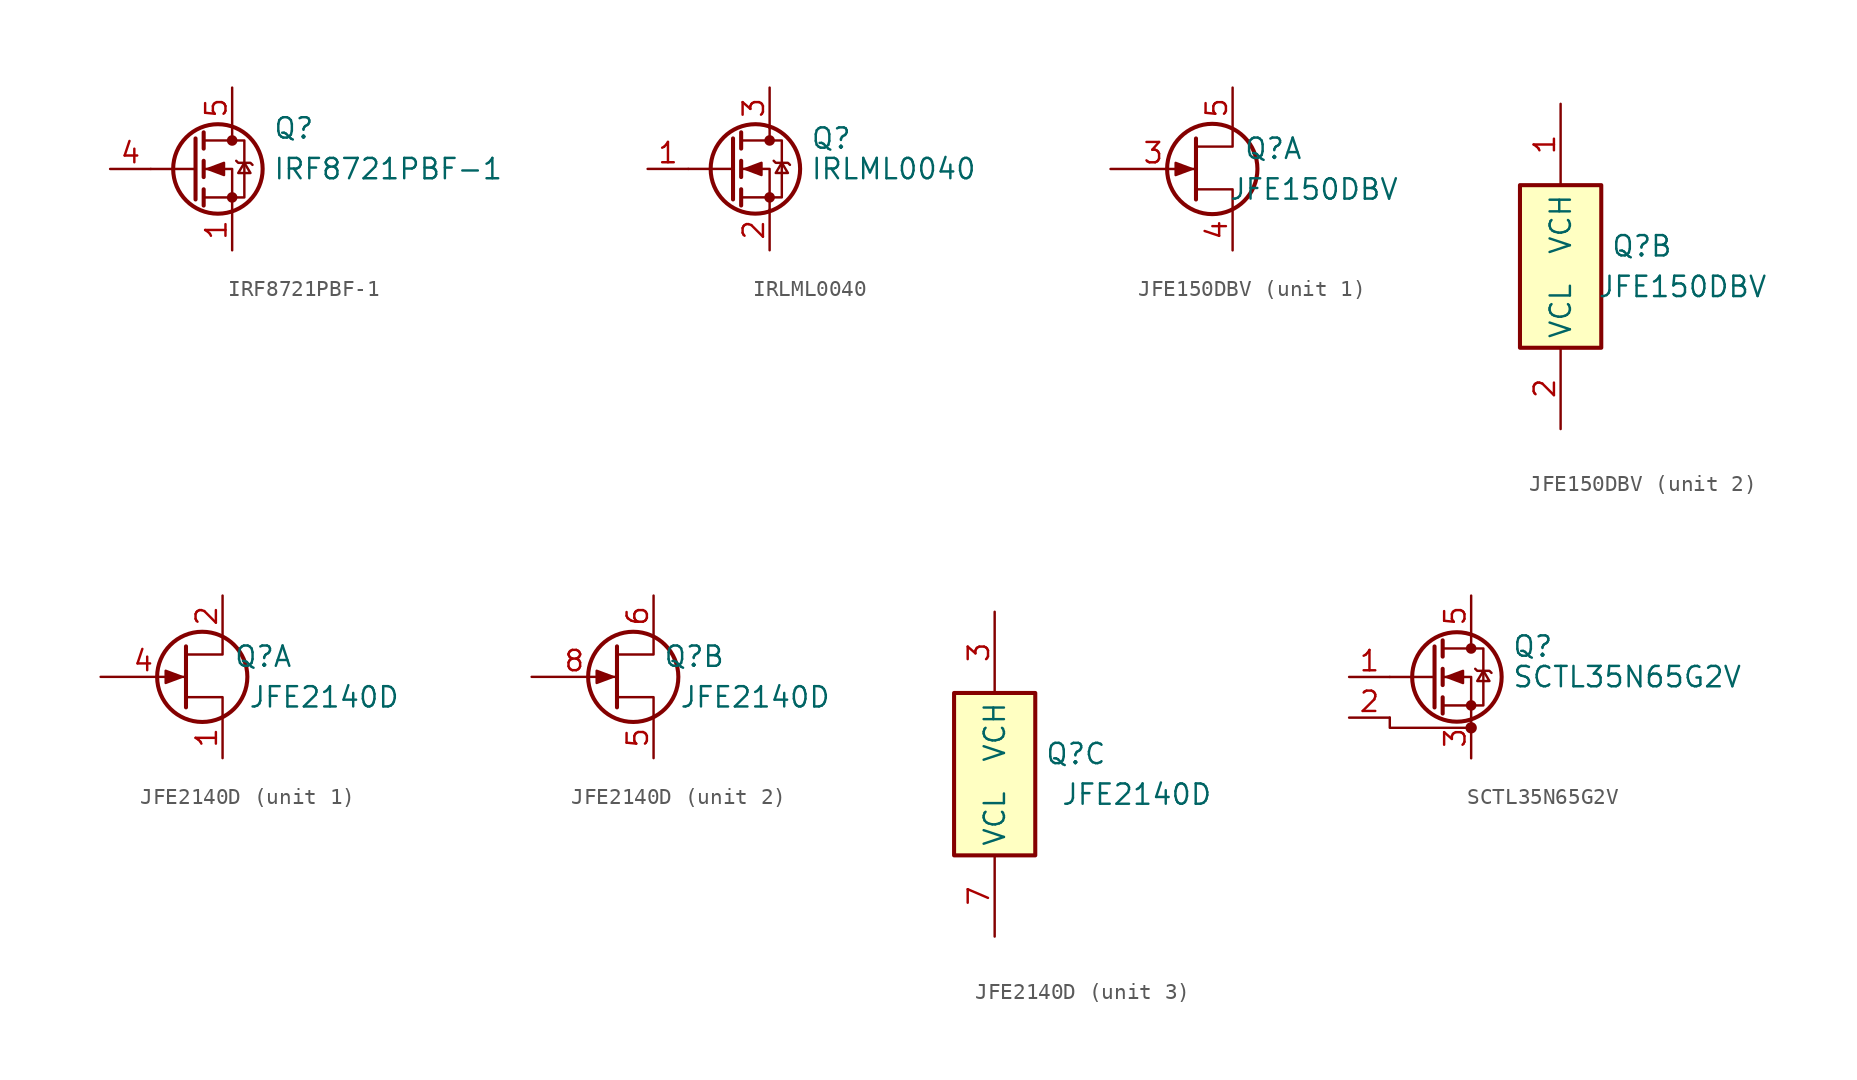
<source format=kicad_sym>
(kicad_symbol_lib
  (version 20231120)
  (generator "kicad_symbol_editor")
  (generator_version "8.0")
  (symbol "IRF8721PBF-1"
    (pin_names hide)
    (property "Reference" "Q"
      (at 5.08 2.54 0)
      (effects (font (size 1.27 1.27)) (justify left)))
    (property "Value" "IRF8721PBF-1"
      (at 5.08 0 0)
      (effects (font (size 1.27 1.27)) (justify left)))
    (symbol "IRF8721PBF-1_0_1"
      (polyline (pts (xy 0.254 0) (xy -2.54 0)) (stroke (width 0) (type default)) (fill (type none)))
      (polyline (pts (xy 0.254 1.905) (xy 0.254 -1.905)) (stroke (width 0.254) (type default)) (fill (type none)))
      (polyline (pts (xy 0.762 -1.27) (xy 0.762 -2.286)) (stroke (width 0.254) (type default)) (fill (type none)))
      (polyline (pts (xy 0.762 0.508) (xy 0.762 -0.508)) (stroke (width 0.254) (type default)) (fill (type none)))
      (polyline (pts (xy 0.762 2.286) (xy 0.762 1.27)) (stroke (width 0.254) (type default)) (fill (type none)))
      (polyline (pts (xy 2.54 2.54) (xy 2.54 1.778)) (stroke (width 0) (type default)) (fill (type none)))
      (polyline (pts (xy 2.54 -2.54) (xy 2.54 0) (xy 0.762 0)) (stroke (width 0) (type default)) (fill (type none)))
      (polyline (pts (xy 0.762 -1.778) (xy 3.302 -1.778) (xy 3.302 1.778) (xy 0.762 1.778)) (stroke (width 0) (type default)) (fill (type none)))
      (polyline (pts (xy 1.016 0) (xy 2.032 0.381) (xy 2.032 -0.381) (xy 1.016 0)) (stroke (width 0) (type default)) (fill (type outline)))
      (polyline (pts (xy 2.794 0.508) (xy 2.921 0.381) (xy 3.683 0.381) (xy 3.81 0.254)) (stroke (width 0) (type default)) (fill (type none)))
      (polyline (pts (xy 3.302 0.381) (xy 2.921 -0.254) (xy 3.683 -0.254) (xy 3.302 0.381)) (stroke (width 0) (type default)) (fill (type none)))
      (circle (center 1.651 0) (radius 2.794) (stroke (width 0.254) (type default)) (fill (type none)))
      (circle (center 2.54 -1.778) (radius 0.254) (stroke (width 0) (type default)) (fill (type outline)))
      (circle (center 2.54 1.778) (radius 0.254) (stroke (width 0) (type default)) (fill (type outline))))
    (symbol "IRF8721PBF-1_1_1"
      (pin passive line (at 2.54 -5.08 90) (length 2.54) (name "S" (effects (font (size 1.27 1.27)))) (number "1" (effects (font (size 1.27 1.27)))))
      (pin passive line (at 2.54 -5.08 90) (length 2.54) hide (name "S" (effects (font (size 1.27 1.27)))) (number "2" (effects (font (size 1.27 1.27)))))
      (pin passive line (at 2.54 -5.08 90) (length 2.54) hide (name "S" (effects (font (size 1.27 1.27)))) (number "3" (effects (font (size 1.27 1.27)))))
      (pin input line (at -5.08 0 0) (length 2.54) (name "G" (effects (font (size 1.27 1.27)))) (number "4" (effects (font (size 1.27 1.27)))))
      (pin passive line (at 2.54 5.08 270) (length 2.54) (name "D" (effects (font (size 1.27 1.27)))) (number "5" (effects (font (size 1.27 1.27)))))
      (pin passive line (at 2.54 5.08 270) (length 2.54) hide (name "D" (effects (font (size 1.27 1.27)))) (number "6" (effects (font (size 1.27 1.27)))))
      (pin passive line (at 2.54 5.08 270) (length 2.54) hide (name "D" (effects (font (size 1.27 1.27)))) (number "7" (effects (font (size 1.27 1.27)))))
      (pin passive line (at 2.54 5.08 270) (length 2.54) hide (name "D" (effects (font (size 1.27 1.27)))) (number "8" (effects (font (size 1.27 1.27)))))))
  (symbol "IRLML0040"
    (pin_names hide)
    (property "Reference" "Q"
      (at 5.08 1.905 0)
      (effects (font (size 1.27 1.27)) (justify left)))
    (property "Value" "IRLML0040"
      (at 5.08 0 0)
      (effects (font (size 1.27 1.27)) (justify left)))
    (symbol "IRLML0040_0_1"
      (polyline (pts (xy 0.254 0) (xy -2.54 0)) (stroke (width 0) (type default)) (fill (type none)))
      (polyline (pts (xy 0.254 1.905) (xy 0.254 -1.905)) (stroke (width 0.254) (type default)) (fill (type none)))
      (polyline (pts (xy 0.762 -1.27) (xy 0.762 -2.286)) (stroke (width 0.254) (type default)) (fill (type none)))
      (polyline (pts (xy 0.762 0.508) (xy 0.762 -0.508)) (stroke (width 0.254) (type default)) (fill (type none)))
      (polyline (pts (xy 0.762 2.286) (xy 0.762 1.27)) (stroke (width 0.254) (type default)) (fill (type none)))
      (polyline (pts (xy 2.54 2.54) (xy 2.54 1.778)) (stroke (width 0) (type default)) (fill (type none)))
      (polyline (pts (xy 2.54 -2.54) (xy 2.54 0) (xy 0.762 0)) (stroke (width 0) (type default)) (fill (type none)))
      (polyline (pts (xy 0.762 -1.778) (xy 3.302 -1.778) (xy 3.302 1.778) (xy 0.762 1.778)) (stroke (width 0) (type default)) (fill (type none)))
      (polyline (pts (xy 1.016 0) (xy 2.032 0.381) (xy 2.032 -0.381) (xy 1.016 0)) (stroke (width 0) (type default)) (fill (type outline)))
      (polyline (pts (xy 2.794 0.508) (xy 2.921 0.381) (xy 3.683 0.381) (xy 3.81 0.254)) (stroke (width 0) (type default)) (fill (type none)))
      (polyline (pts (xy 3.302 0.381) (xy 2.921 -0.254) (xy 3.683 -0.254) (xy 3.302 0.381)) (stroke (width 0) (type default)) (fill (type none)))
      (circle (center 1.651 0) (radius 2.794) (stroke (width 0.254) (type default)) (fill (type none)))
      (circle (center 2.54 -1.778) (radius 0.254) (stroke (width 0) (type default)) (fill (type outline)))
      (circle (center 2.54 1.778) (radius 0.254) (stroke (width 0) (type default)) (fill (type outline))))
    (symbol "IRLML0040_1_1"
      (pin input line (at -5.08 0 0) (length 2.54) (name "G" (effects (font (size 1.27 1.27)))) (number "1" (effects (font (size 1.27 1.27)))))
      (pin passive line (at 2.54 -5.08 90) (length 2.54) (name "S" (effects (font (size 1.27 1.27)))) (number "2" (effects (font (size 1.27 1.27)))))
      (pin passive line (at 2.54 5.08 270) (length 2.54) (name "D" (effects (font (size 1.27 1.27)))) (number "3" (effects (font (size 1.27 1.27)))))))
  (symbol "JFE150DBV"
    (property "Reference" "Q"
      (at 5.08 1.27 0)
      (effects (font (size 1.27 1.27))))
    (property "Value" "JFE150DBV"
      (at 7.62 -1.27 0)
      (effects (font (size 1.27 1.27))))
    (property "ki_locked" ""
      (at 0 0 0)
      (effects (font (size 1.27 1.27))))
    (symbol "JFE150DBV_1_1"
      (polyline (pts (xy 0.254 1.905) (xy 0.254 -1.905) (xy 0.254 -1.905)) (stroke (width 0.254) (type default)) (fill (type none)))
      (polyline (pts (xy 2.54 -2.54) (xy 2.54 -1.27) (xy 0.254 -1.27)) (stroke (width 0) (type default)) (fill (type none)))
      (polyline (pts (xy 2.54 2.54) (xy 2.54 1.397) (xy 0.254 1.397)) (stroke (width 0) (type default)) (fill (type none)))
      (polyline (pts (xy 0 0) (xy -1.016 0.381) (xy -1.016 -0.381) (xy 0 0)) (stroke (width 0) (type default)) (fill (type outline)))
      (circle (center 1.27 0) (radius 2.819) (stroke (width 0.254) (type default)) (fill (type none)))
      (pin input line (at -5.08 0 0) (length 5.334) (name "~" (effects (font (size 1.27 1.27)))) (number "3" (effects (font (size 1.27 1.27)))))
      (pin passive line (at 2.54 -5.08 90) (length 2.54) (name "~" (effects (font (size 1.27 1.27)))) (number "4" (effects (font (size 1.27 1.27)))))
      (pin passive line (at 2.54 5.08 270) (length 2.54) (name "~" (effects (font (size 1.27 1.27)))) (number "5" (effects (font (size 1.27 1.27))))))
    (symbol "JFE150DBV_2_0"
      (pin passive line (at 0 10.16 270) (length 5.08) (name "VCH" (effects (font (size 1.27 1.27)))) (number "1" (effects (font (size 1.27 1.27)))))
      (pin passive line (at 0 -10.16 90) (length 5.08) (name "VCL" (effects (font (size 1.27 1.27)))) (number "2" (effects (font (size 1.27 1.27))))))
    (symbol "JFE150DBV_2_1"
      (rectangle (start -2.54 5.08) (end 2.54 -5.08) (stroke (width 0.254) (type default)) (fill (type background)))))
  (symbol "JFE2140D"
    (property "Reference" "Q"
      (at 5.08 1.27 0)
      (effects (font (size 1.27 1.27))))
    (property "Value" "JFE2140D"
      (at 8.89 -1.27 0)
      (effects (font (size 1.27 1.27))))
    (property "ki_locked" ""
      (at 0 0 0)
      (effects (font (size 1.27 1.27))))
    (symbol "JFE2140D_1_1"
      (polyline (pts (xy 0.254 1.905) (xy 0.254 -1.905) (xy 0.254 -1.905)) (stroke (width 0.254) (type default)) (fill (type none)))
      (polyline (pts (xy 2.54 -2.54) (xy 2.54 -1.27) (xy 0.254 -1.27)) (stroke (width 0) (type default)) (fill (type none)))
      (polyline (pts (xy 2.54 2.54) (xy 2.54 1.397) (xy 0.254 1.397)) (stroke (width 0) (type default)) (fill (type none)))
      (polyline (pts (xy 0 0) (xy -1.016 0.381) (xy -1.016 -0.381) (xy 0 0)) (stroke (width 0) (type default)) (fill (type outline)))
      (circle (center 1.27 0) (radius 2.819) (stroke (width 0.254) (type default)) (fill (type none)))
      (pin passive line (at 2.54 -5.08 90) (length 2.54) (name "~" (effects (font (size 1.27 1.27)))) (number "1" (effects (font (size 1.27 1.27)))))
      (pin passive line (at 2.54 5.08 270) (length 2.54) (name "~" (effects (font (size 1.27 1.27)))) (number "2" (effects (font (size 1.27 1.27)))))
      (pin input line (at -5.08 0 0) (length 5.334) (name "~" (effects (font (size 1.27 1.27)))) (number "4" (effects (font (size 1.27 1.27))))))
    (symbol "JFE2140D_2_1"
      (polyline (pts (xy 0.254 1.905) (xy 0.254 -1.905) (xy 0.254 -1.905)) (stroke (width 0.254) (type default)) (fill (type none)))
      (polyline (pts (xy 2.54 -2.54) (xy 2.54 -1.27) (xy 0.254 -1.27)) (stroke (width 0) (type default)) (fill (type none)))
      (polyline (pts (xy 2.54 2.54) (xy 2.54 1.397) (xy 0.254 1.397)) (stroke (width 0) (type default)) (fill (type none)))
      (polyline (pts (xy 0 0) (xy -1.016 0.381) (xy -1.016 -0.381) (xy 0 0)) (stroke (width 0) (type default)) (fill (type outline)))
      (circle (center 1.27 0) (radius 2.819) (stroke (width 0.254) (type default)) (fill (type none)))
      (pin passive line (at 2.54 -5.08 90) (length 2.54) (name "~" (effects (font (size 1.27 1.27)))) (number "5" (effects (font (size 1.27 1.27)))))
      (pin passive line (at 2.54 5.08 270) (length 2.54) (name "~" (effects (font (size 1.27 1.27)))) (number "6" (effects (font (size 1.27 1.27)))))
      (pin input line (at -5.08 0 0) (length 5.334) (name "~" (effects (font (size 1.27 1.27)))) (number "8" (effects (font (size 1.27 1.27))))))
    (symbol "JFE2140D_3_0"
      (pin passive line (at 0 10.16 270) (length 5.08) (name "VCH" (effects (font (size 1.27 1.27)))) (number "3" (effects (font (size 1.27 1.27)))))
      (pin passive line (at 0 -10.16 90) (length 5.08) (name "VCL" (effects (font (size 1.27 1.27)))) (number "7" (effects (font (size 1.27 1.27))))))
    (symbol "JFE2140D_3_1"
      (rectangle (start -2.54 5.08) (end 2.54 -5.08) (stroke (width 0.254) (type default)) (fill (type background)))))
  (symbol "SCTL35N65G2V"
    (pin_names hide)
    (property "Reference" "Q"
      (at 5.08 1.905 0)
      (effects (font (size 1.27 1.27)) (justify left)))
    (property "Value" "SCTL35N65G2V"
      (at 5.08 0 0)
      (effects (font (size 1.27 1.27)) (justify left)))
    (symbol "SCTL35N65G2V_0_1"
      (polyline (pts (xy 0.254 0) (xy -2.54 0)) (stroke (width 0) (type default)) (fill (type none)))
      (polyline (pts (xy 0.254 1.905) (xy 0.254 -1.905)) (stroke (width 0.254) (type default)) (fill (type none)))
      (polyline (pts (xy 0.762 -1.27) (xy 0.762 -2.286)) (stroke (width 0.254) (type default)) (fill (type none)))
      (polyline (pts (xy 0.762 0.508) (xy 0.762 -0.508)) (stroke (width 0.254) (type default)) (fill (type none)))
      (polyline (pts (xy 0.762 2.286) (xy 0.762 1.27)) (stroke (width 0.254) (type default)) (fill (type none)))
      (polyline (pts (xy 2.54 2.54) (xy 2.54 1.778)) (stroke (width 0) (type default)) (fill (type none)))
      (polyline (pts (xy -2.54 -2.54) (xy -2.54 -3.175) (xy 2.54 -3.175)) (stroke (width 0) (type default)) (fill (type none)))
      (polyline (pts (xy 2.54 -2.54) (xy 2.54 0) (xy 0.762 0)) (stroke (width 0) (type default)) (fill (type none)))
      (polyline (pts (xy 0.762 -1.778) (xy 3.302 -1.778) (xy 3.302 1.778) (xy 0.762 1.778)) (stroke (width 0) (type default)) (fill (type none)))
      (polyline (pts (xy 1.016 0) (xy 2.032 0.381) (xy 2.032 -0.381) (xy 1.016 0)) (stroke (width 0) (type default)) (fill (type outline)))
      (polyline (pts (xy 2.794 0.508) (xy 2.921 0.381) (xy 3.683 0.381) (xy 3.81 0.254)) (stroke (width 0) (type default)) (fill (type none)))
      (polyline (pts (xy 3.302 0.381) (xy 2.921 -0.254) (xy 3.683 -0.254) (xy 3.302 0.381)) (stroke (width 0) (type default)) (fill (type none)))
      (circle (center 1.651 0) (radius 2.794) (stroke (width 0.254) (type default)) (fill (type none)))
      (circle (center 2.54 -3.175) (radius 0.279) (stroke (width 0) (type default)) (fill (type outline)))
      (circle (center 2.54 -1.778) (radius 0.254) (stroke (width 0) (type default)) (fill (type outline)))
      (circle (center 2.54 1.778) (radius 0.254) (stroke (width 0) (type default)) (fill (type outline))))
    (symbol "SCTL35N65G2V_1_1"
      (pin input line (at -5.08 0 0) (length 2.54) (name "G" (effects (font (size 1.27 1.27)))) (number "1" (effects (font (size 1.27 1.27)))))
      (pin passive line (at -5.08 -2.54 0) (length 2.54) (name "DS" (effects (font (size 1.27 1.27)))) (number "2" (effects (font (size 1.27 1.27)))))
      (pin passive line (at 2.54 -5.08 90) (length 2.54) (name "S" (effects (font (size 1.27 1.27)))) (number "3" (effects (font (size 1.27 1.27)))))
      (pin passive line (at 2.54 -5.08 90) (length 2.54) hide (name "S" (effects (font (size 1.27 1.27)))) (number "4" (effects (font (size 1.27 1.27)))))
      (pin passive line (at 2.54 5.08 270) (length 2.54) (name "D" (effects (font (size 1.27 1.27)))) (number "5" (effects (font (size 1.27 1.27))))))))
</source>
